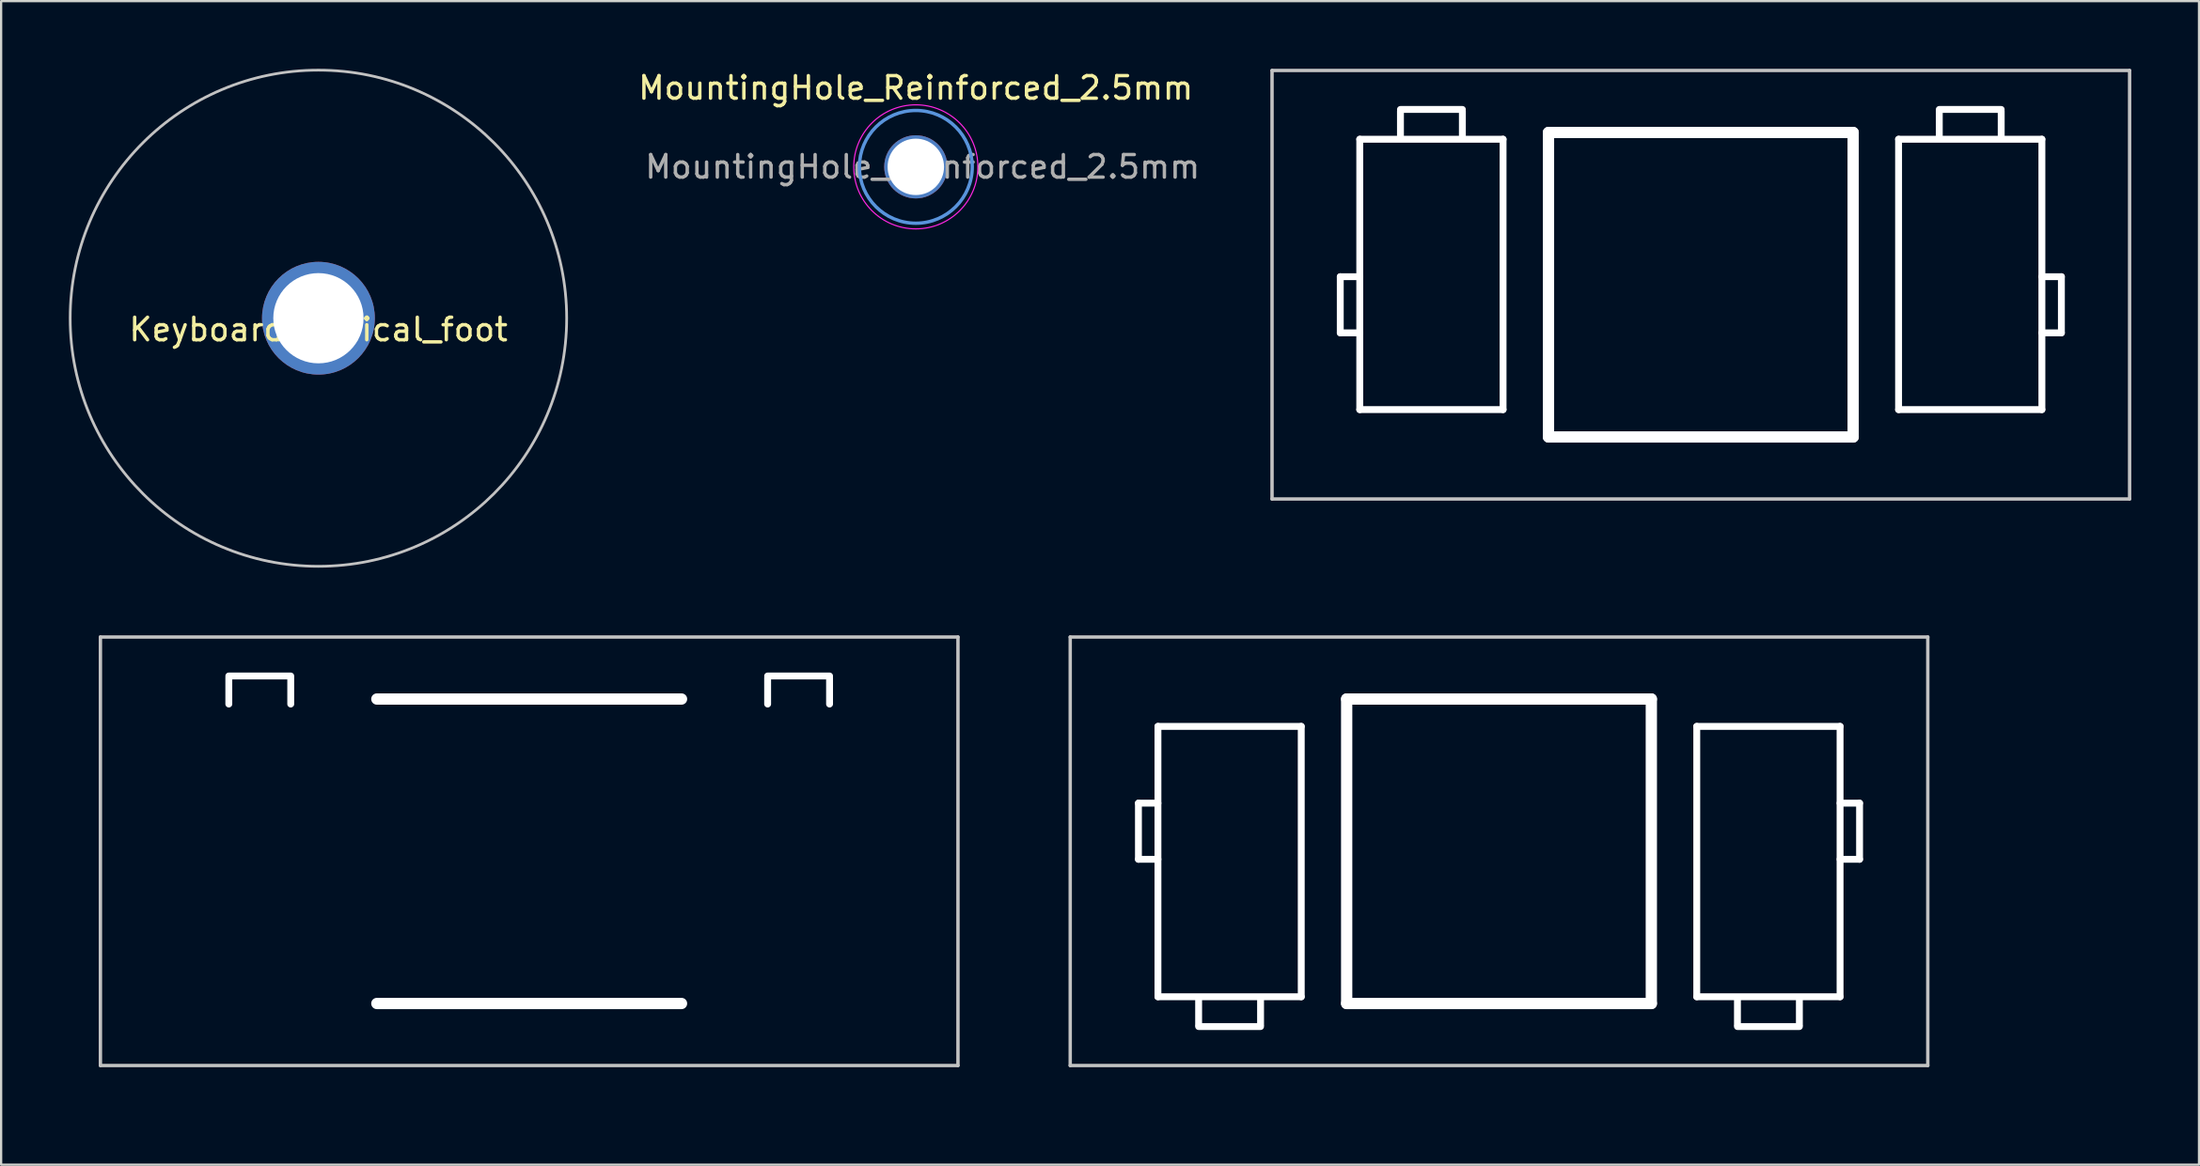
<source format=kicad_pcb>
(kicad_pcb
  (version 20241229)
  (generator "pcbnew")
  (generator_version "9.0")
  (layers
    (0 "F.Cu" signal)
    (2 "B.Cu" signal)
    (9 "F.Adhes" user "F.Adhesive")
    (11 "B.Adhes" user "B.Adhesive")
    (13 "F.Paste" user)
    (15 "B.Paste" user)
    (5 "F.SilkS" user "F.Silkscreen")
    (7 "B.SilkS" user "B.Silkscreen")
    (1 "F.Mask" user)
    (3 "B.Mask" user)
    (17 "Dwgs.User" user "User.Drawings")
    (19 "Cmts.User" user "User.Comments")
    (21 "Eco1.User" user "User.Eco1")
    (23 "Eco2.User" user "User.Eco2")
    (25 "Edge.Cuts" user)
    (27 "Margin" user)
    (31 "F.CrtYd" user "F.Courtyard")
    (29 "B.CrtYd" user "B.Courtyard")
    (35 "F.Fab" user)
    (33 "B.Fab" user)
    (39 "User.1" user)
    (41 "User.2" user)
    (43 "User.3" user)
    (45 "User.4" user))
  (footprint "MX_Switch_Cutout-2u_with_stabilizer"
    (layer "F.Cu")
    (at 63.373 34.695)
    (property "Reference" "MX_Switch_Cutout-2u_with_stabilizer" (at 0.25 10.05 0) (layer "Eco2.User") (effects (font (size 1 1) (thickness 0.15))))
    (attr through_hole)
    (fp_line (start -19 -9.5) (end 19 -9.5) (stroke (width 0.15) (type solid)) (layer "Dwgs.User"))
    (fp_line (start -19 9.5) (end -19 -9.5) (stroke (width 0.15) (type solid)) (layer "Dwgs.User"))
    (fp_line (start 19 -9.5) (end 19 9.5) (stroke (width 0.15) (type solid)) (layer "Dwgs.User"))
    (fp_line (start 19 9.5) (end -19 9.5) (stroke (width 0.15) (type solid)) (layer "Dwgs.User"))
    (pad "" np_thru_hole oval (at -15.977 -0.889) (size 0.305 2.794) (drill oval 0.305 2.794) (layers "*.Cu" "*.Mask"))
    (pad "" np_thru_hole oval (at -15.545 -2.134) (size 1.168 0.305) (drill oval 1.168 0.305) (layers "*.Cu" "*.Mask"))
    (pad "" np_thru_hole oval (at -15.545 0.356) (size 1.168 0.305) (drill oval 1.168 0.305) (layers "*.Cu" "*.Mask"))
    (pad "" np_thru_hole oval (at -15.113 0.457) (size 0.305 12.294) (drill oval 0.305 12.294) (layers "*.Cu" "*.Mask"))
    (pad "" np_thru_hole oval (at -13.31 7.112) (size 0.305 1.473) (drill oval 0.305 1.473) (layers "*.Cu" "*.Mask"))
    (pad "" np_thru_hole oval (at -11.938 -5.537) (size 6.655 0.305) (drill oval 6.655 0.305) (layers "*.Cu" "*.Mask"))
    (pad "" np_thru_hole oval (at -11.938 6.452) (size 6.655 0.305) (drill oval 6.655 0.305) (layers "*.Cu" "*.Mask"))
    (pad "" np_thru_hole oval (at -11.938 7.772) (size 3.048 0.305) (drill oval 3.048 0.305) (layers "*.Cu" "*.Mask"))
    (pad "" np_thru_hole oval (at -10.566 7.112) (size 0.305 1.473) (drill oval 0.305 1.473) (layers "*.Cu" "*.Mask"))
    (pad "" np_thru_hole oval (at -8.763 0.457) (size 0.305 12.294) (drill oval 0.305 12.294) (layers "*.Cu" "*.Mask"))
    (pad "" np_thru_hole oval (at -6.75 0) (size 0.5 14) (drill oval 0.5 14) (layers "*.Cu" "*.Mask"))
    (pad "" np_thru_hole oval (at 0 -6.75) (size 14 0.5) (drill oval 14 0.5) (layers "*.Cu" "*.Mask"))
    (pad "" np_thru_hole oval (at 0 6.75) (size 14 0.5) (drill oval 14 0.5) (layers "*.Cu" "*.Mask"))
    (pad "" np_thru_hole oval (at 6.75 0) (size 0.5 14) (drill oval 0.5 14) (layers "*.Cu" "*.Mask"))
    (pad "" np_thru_hole oval (at 8.763 0.457) (size 0.305 12.294) (drill oval 0.305 12.294) (layers "*.Cu" "*.Mask"))
    (pad "" np_thru_hole oval (at 10.566 7.112) (size 0.305 1.473) (drill oval 0.305 1.473) (layers "*.Cu" "*.Mask"))
    (pad "" np_thru_hole oval (at 11.938 -5.537) (size 6.655 0.305) (drill oval 6.655 0.305) (layers "*.Cu" "*.Mask"))
    (pad "" np_thru_hole oval (at 11.938 6.452) (size 6.655 0.305) (drill oval 6.655 0.305) (layers "*.Cu" "*.Mask"))
    (pad "" np_thru_hole oval (at 11.938 7.772) (size 3.048 0.305) (drill oval 3.048 0.305) (layers "*.Cu" "*.Mask"))
    (pad "" np_thru_hole oval (at 13.31 7.112) (size 0.305 1.473) (drill oval 0.305 1.473) (layers "*.Cu" "*.Mask"))
    (pad "" np_thru_hole oval (at 15.113 0.457) (size 0.305 12.294) (drill oval 0.305 12.294) (layers "*.Cu" "*.Mask"))
    (pad "" np_thru_hole oval (at 15.545 -2.134) (size 1.168 0.305) (drill oval 1.168 0.305) (layers "*.Cu" "*.Mask"))
    (pad "" np_thru_hole oval (at 15.545 0.356) (size 1.168 0.305) (drill oval 1.168 0.305) (layers "*.Cu" "*.Mask"))
    (pad "" np_thru_hole oval (at 15.977 -0.889) (size 0.305 2.794) (drill oval 0.305 2.794) (layers "*.Cu" "*.Mask")))
  (footprint "MX_Switch_Cutout-2u_with_reversed_stabilizer_nibbles"
    (layer "F.Cu")
    (at 20.399 34.695)
    (property "Reference" "MX_Switch_Cutout-2u_with_reversed_stabilizer_nibbles" (at 0.25 10.05 0) (layer "Eco2.User") (effects (font (size 1 1) (thickness 0.15))))
    (attr through_hole)
    (fp_line (start -19 -9.5) (end 19 -9.5) (stroke (width 0.15) (type solid)) (layer "Dwgs.User"))
    (fp_line (start -19 9.5) (end -19 -9.5) (stroke (width 0.15) (type solid)) (layer "Dwgs.User"))
    (fp_line (start 19 -9.5) (end 19 9.5) (stroke (width 0.15) (type solid)) (layer "Dwgs.User"))
    (fp_line (start 19 9.5) (end -19 9.5) (stroke (width 0.15) (type solid)) (layer "Dwgs.User"))
    (pad "" np_thru_hole oval (at -13.31 -7.112) (size 0.305 1.473) (drill oval 0.305 1.473) (layers "*.Cu" "*.Mask"))
    (pad "" np_thru_hole oval (at -11.938 -7.772) (size 3.048 0.305) (drill oval 3.048 0.305) (layers "*.Cu" "*.Mask"))
    (pad "" np_thru_hole oval (at -10.566 -7.112) (size 0.305 1.473) (drill oval 0.305 1.473) (layers "*.Cu" "*.Mask"))
    (pad "" np_thru_hole oval (at 0 -6.75) (size 14 0.5) (drill oval 14 0.5) (layers "*.Cu" "*.Mask"))
    (pad "" np_thru_hole oval (at 0 6.75) (size 14 0.5) (drill oval 14 0.5) (layers "*.Cu" "*.Mask"))
    (pad "" np_thru_hole oval (at 10.566 -7.112) (size 0.305 1.473) (drill oval 0.305 1.473) (layers "*.Cu" "*.Mask"))
    (pad "" np_thru_hole oval (at 11.938 -7.772) (size 3.048 0.305) (drill oval 3.048 0.305) (layers "*.Cu" "*.Mask"))
    (pad "" np_thru_hole oval (at 13.31 -7.112) (size 0.305 1.473) (drill oval 0.305 1.473) (layers "*.Cu" "*.Mask")))
  (footprint "MountingHole_Reinforced_2.5mm"
    (layer "F.Cu")
    (at 37.531 4.348)
    (property "Reference" "MountingHole_Reinforced_2.5mm" (at 0 -3.5 0) (layer "F.SilkS") (effects (font (size 1 1) (thickness 0.15))))
    (attr exclude_from_pos_files)
    (fp_circle (center 0 0) (end 2.5 0) (stroke (width 0.15) (type solid)) (fill no) (layer "Cmts.User"))
    (fp_circle (center 0 0) (end 2.75 0) (stroke (width 0.05) (type solid)) (fill no) (layer "F.CrtYd"))
    (fp_text user "${REFERENCE}" (at 0.3 0 0) (layer "F.Fab") (effects (font (size 1 1) (thickness 0.15))))
    (pad "" thru_hole circle (at 0 0) (size 2.8 2.8) (drill 2.5) (layers "*.Cu" "*.Mask")))
  (footprint "Keyboard_conical_foot"
    (layer "F.Cu")
    (at 11.06 11.06)
    (property "Reference" "Keyboard_conical_foot" (at 0 0.5 0) (layer "F.SilkS") (effects (font (size 1 1) (thickness 0.15))))
    (attr through_hole)
    (fp_circle (center 0 0) (end 11 0) (stroke (width 0.12) (type solid)) (fill no) (layer "Dwgs.User"))
    (pad "1" thru_hole circle (at 0 0) (size 5 5) (drill 4) (layers "*.Cu" "F.Mask")))
  (footprint "MX_Switch_Cutout-2u_with_reversed_stabilizer"
    (layer "F.Cu")
    (at 72.316 9.575)
    (property "Reference" "MX_Switch_Cutout-2u_with_reversed_stabilizer" (at 0.25 10.05 0) (layer "Eco2.User") (effects (font (size 1 1) (thickness 0.15))))
    (attr through_hole)
    (fp_line (start -19 -9.5) (end 19 -9.5) (stroke (width 0.15) (type solid)) (layer "Dwgs.User"))
    (fp_line (start -19 9.5) (end -19 -9.5) (stroke (width 0.15) (type solid)) (layer "Dwgs.User"))
    (fp_line (start 19 -9.5) (end 19 9.5) (stroke (width 0.15) (type solid)) (layer "Dwgs.User"))
    (fp_line (start 19 9.5) (end -19 9.5) (stroke (width 0.15) (type solid)) (layer "Dwgs.User"))
    (pad "" np_thru_hole oval (at -15.977 0.889) (size 0.305 2.794) (drill oval 0.305 2.794) (layers "*.Cu" "*.Mask"))
    (pad "" np_thru_hole oval (at -15.545 -0.356) (size 1.168 0.305) (drill oval 1.168 0.305) (layers "*.Cu" "*.Mask"))
    (pad "" np_thru_hole oval (at -15.545 2.134) (size 1.168 0.305) (drill oval 1.168 0.305) (layers "*.Cu" "*.Mask"))
    (pad "" np_thru_hole oval (at -15.113 -0.457) (size 0.305 12.294) (drill oval 0.305 12.294) (layers "*.Cu" "*.Mask"))
    (pad "" np_thru_hole oval (at -13.31 -7.112) (size 0.305 1.473) (drill oval 0.305 1.473) (layers "*.Cu" "*.Mask"))
    (pad "" np_thru_hole oval (at -11.938 -7.772) (size 3.048 0.305) (drill oval 3.048 0.305) (layers "*.Cu" "*.Mask"))
    (pad "" np_thru_hole oval (at -11.938 -6.452) (size 6.655 0.305) (drill oval 6.655 0.305) (layers "*.Cu" "*.Mask"))
    (pad "" np_thru_hole oval (at -11.938 5.537) (size 6.655 0.305) (drill oval 6.655 0.305) (layers "*.Cu" "*.Mask"))
    (pad "" np_thru_hole oval (at -10.566 -7.112) (size 0.305 1.473) (drill oval 0.305 1.473) (layers "*.Cu" "*.Mask"))
    (pad "" np_thru_hole oval (at -8.763 -0.457) (size 0.305 12.294) (drill oval 0.305 12.294) (layers "*.Cu" "*.Mask"))
    (pad "" np_thru_hole oval (at -6.75 0) (size 0.5 14) (drill oval 0.5 14) (layers "*.Cu" "*.Mask"))
    (pad "" np_thru_hole oval (at 0 -6.75) (size 14 0.5) (drill oval 14 0.5) (layers "*.Cu" "*.Mask"))
    (pad "" np_thru_hole oval (at 0 6.75) (size 14 0.5) (drill oval 14 0.5) (layers "*.Cu" "*.Mask"))
    (pad "" np_thru_hole oval (at 6.75 0) (size 0.5 14) (drill oval 0.5 14) (layers "*.Cu" "*.Mask"))
    (pad "" np_thru_hole oval (at 8.763 -0.457) (size 0.305 12.294) (drill oval 0.305 12.294) (layers "*.Cu" "*.Mask"))
    (pad "" np_thru_hole oval (at 10.566 -7.112) (size 0.305 1.473) (drill oval 0.305 1.473) (layers "*.Cu" "*.Mask"))
    (pad "" np_thru_hole oval (at 11.938 -7.772) (size 3.048 0.305) (drill oval 3.048 0.305) (layers "*.Cu" "*.Mask"))
    (pad "" np_thru_hole oval (at 11.938 -6.452) (size 6.655 0.305) (drill oval 6.655 0.305) (layers "*.Cu" "*.Mask"))
    (pad "" np_thru_hole oval (at 11.938 5.537) (size 6.655 0.305) (drill oval 6.655 0.305) (layers "*.Cu" "*.Mask"))
    (pad "" np_thru_hole oval (at 13.31 -7.112) (size 0.305 1.473) (drill oval 0.305 1.473) (layers "*.Cu" "*.Mask"))
    (pad "" np_thru_hole oval (at 15.113 -0.457) (size 0.305 12.294) (drill oval 0.305 12.294) (layers "*.Cu" "*.Mask"))
    (pad "" np_thru_hole oval (at 15.545 -0.356) (size 1.168 0.305) (drill oval 1.168 0.305) (layers "*.Cu" "*.Mask"))
    (pad "" np_thru_hole oval (at 15.545 2.134) (size 1.168 0.305) (drill oval 1.168 0.305) (layers "*.Cu" "*.Mask"))
    (pad "" np_thru_hole oval (at 15.977 0.889) (size 0.305 2.794) (drill oval 0.305 2.794) (layers "*.Cu" "*.Mask")))
  (gr_rect
    (start -3 -3)
    (end 94.391 48.593)
    (stroke (width 0.1) (type default))
    (fill no)
    (layer "Edge.Cuts")))
</source>
